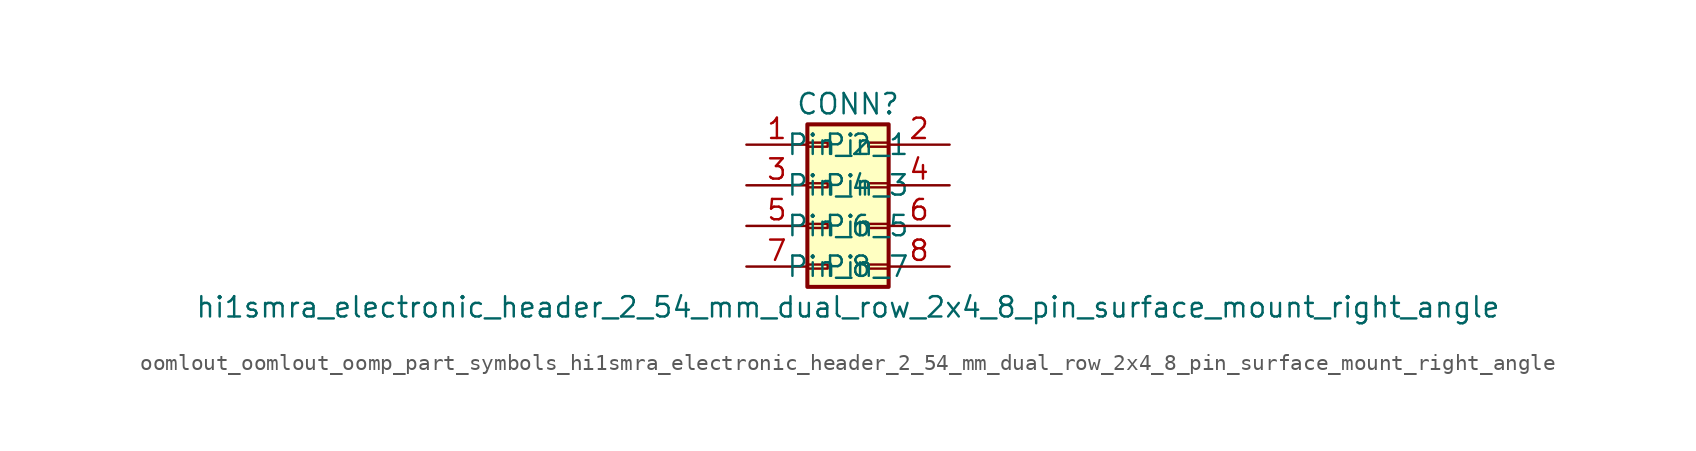
<source format=kicad_sym>
(kicad_symbol_lib
  (version 20220914)
  (generator kicad_symbol_editor)
  (symbol "oomlout_oomlout_oomp_part_symbols_hi1smra_electronic_header_2_54_mm_dual_row_2x4_8_pin_surface_mount_right_angle"
    (pin_names
      (offset 1.016))
    (property "Reference" "CONN"
      (at 1.27 5.08 0)
      (effects (font (size 1.27 1.27))))
    (property "Value" "hi1smra_electronic_header_2_54_mm_dual_row_2x4_8_pin_surface_mount_right_angle"
      (at 1.27 -7.62 0)
      (effects (font (size 1.27 1.27))))
    (symbol "oomlout_oomlout_oomp_part_symbols_hi1smra_electronic_header_2_54_mm_dual_row_2x4_8_pin_surface_mount_right_angle_1_1"
      (rectangle (start -1.27 -4.953) (end 0 -5.207) (stroke (width 0.152) (type default)) (fill (type none)))
      (rectangle (start -1.27 -2.413) (end 0 -2.667) (stroke (width 0.152) (type default)) (fill (type none)))
      (rectangle (start -1.27 0.127) (end 0 -0.127) (stroke (width 0.152) (type default)) (fill (type none)))
      (rectangle (start -1.27 2.667) (end 0 2.413) (stroke (width 0.152) (type default)) (fill (type none)))
      (rectangle (start -1.27 3.81) (end 3.81 -6.35) (stroke (width 0.254) (type default)) (fill (type background)))
      (rectangle (start 3.81 -4.953) (end 2.54 -5.207) (stroke (width 0.152) (type default)) (fill (type none)))
      (rectangle (start 3.81 -2.413) (end 2.54 -2.667) (stroke (width 0.152) (type default)) (fill (type none)))
      (rectangle (start 3.81 0.127) (end 2.54 -0.127) (stroke (width 0.152) (type default)) (fill (type none)))
      (rectangle (start 3.81 2.667) (end 2.54 2.413) (stroke (width 0.152) (type default)) (fill (type none)))
      (pin passive line (at -5.08 2.54 0) (length 3.81) (name "Pin_1" (effects (font (size 1.27 1.27)))) (number "1" (effects (font (size 1.27 1.27)))))
      (pin passive line (at 7.62 2.54 180) (length 3.81) (name "Pin_2" (effects (font (size 1.27 1.27)))) (number "2" (effects (font (size 1.27 1.27)))))
      (pin passive line (at -5.08 0 0) (length 3.81) (name "Pin_3" (effects (font (size 1.27 1.27)))) (number "3" (effects (font (size 1.27 1.27)))))
      (pin passive line (at 7.62 0 180) (length 3.81) (name "Pin_4" (effects (font (size 1.27 1.27)))) (number "4" (effects (font (size 1.27 1.27)))))
      (pin passive line (at -5.08 -2.54 0) (length 3.81) (name "Pin_5" (effects (font (size 1.27 1.27)))) (number "5" (effects (font (size 1.27 1.27)))))
      (pin passive line (at 7.62 -2.54 180) (length 3.81) (name "Pin_6" (effects (font (size 1.27 1.27)))) (number "6" (effects (font (size 1.27 1.27)))))
      (pin passive line (at -5.08 -5.08 0) (length 3.81) (name "Pin_7" (effects (font (size 1.27 1.27)))) (number "7" (effects (font (size 1.27 1.27)))))
      (pin passive line (at 7.62 -5.08 180) (length 3.81) (name "Pin_8" (effects (font (size 1.27 1.27)))) (number "8" (effects (font (size 1.27 1.27))))))))
</source>
